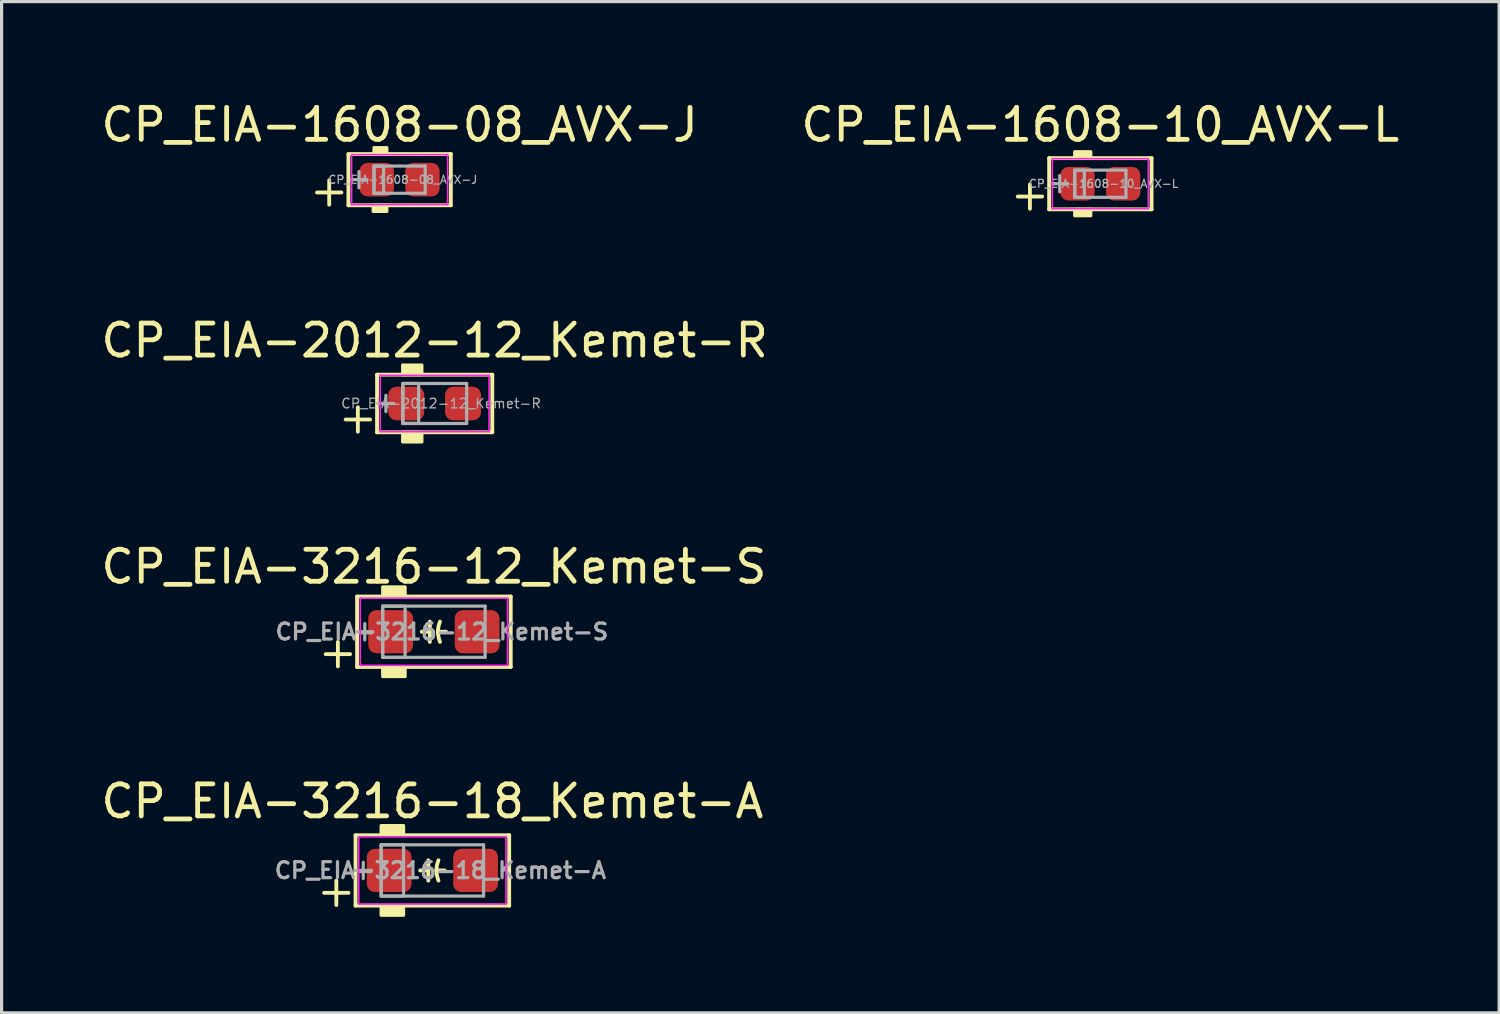
<source format=kicad_pcb>
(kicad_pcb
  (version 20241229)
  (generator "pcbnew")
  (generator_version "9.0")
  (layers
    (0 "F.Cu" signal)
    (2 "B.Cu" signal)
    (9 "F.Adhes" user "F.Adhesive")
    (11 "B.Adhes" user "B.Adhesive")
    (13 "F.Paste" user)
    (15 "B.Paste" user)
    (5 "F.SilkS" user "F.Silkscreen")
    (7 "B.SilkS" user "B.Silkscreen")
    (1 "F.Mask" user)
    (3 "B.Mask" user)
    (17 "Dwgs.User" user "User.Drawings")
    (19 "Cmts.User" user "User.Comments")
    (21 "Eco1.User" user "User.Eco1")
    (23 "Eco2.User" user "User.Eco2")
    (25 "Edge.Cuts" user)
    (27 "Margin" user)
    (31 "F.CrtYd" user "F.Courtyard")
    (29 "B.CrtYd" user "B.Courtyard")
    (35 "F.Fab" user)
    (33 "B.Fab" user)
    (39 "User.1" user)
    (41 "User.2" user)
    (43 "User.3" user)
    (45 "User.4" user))
  (footprint "CP_EIA-3216-12_Kemet-S"
    (layer "F.Cu")
    (at 10.506 16.687)
    (property "Reference" "CP_EIA-3216-12_Kemet-S" (at 0 -2.032 0) (layer "F.SilkS") (effects (font (size 1 1) (thickness 0.15))))
    (attr smd)
    (fp_line (start -3.381 0.7) (end -2.619 0.7) (stroke (width 0.12) (type solid)) (layer "F.SilkS"))
    (fp_line (start -3 0.319) (end -3 1.081) (stroke (width 0.12) (type solid)) (layer "F.SilkS"))
    (fp_line (start -2.4 -1.1) (end -2.4 1.1) (stroke (width 0.12) (type solid)) (layer "F.SilkS"))
    (fp_line (start -2.4 1.1) (end 2.4 1.1) (stroke (width 0.12) (type solid)) (layer "F.SilkS"))
    (fp_line (start -0.381 0) (end -0.127 0) (stroke (width 0.12) (type solid)) (layer "F.SilkS"))
    (fp_line (start -0.127 -0.318) (end -0.127 0.318) (stroke (width 0.12) (type solid)) (layer "F.SilkS"))
    (fp_line (start 0.381 0) (end 0.127 0) (stroke (width 0.12) (type solid)) (layer "F.SilkS"))
    (fp_line (start 2.4 -1.1) (end -2.4 -1.1) (stroke (width 0.12) (type solid)) (layer "F.SilkS"))
    (fp_line (start 2.4 1.1) (end 2.4 -1.1) (stroke (width 0.12) (type solid)) (layer "F.SilkS"))
    (fp_arc (start 0.127 0) (mid 0.143031 -0.161894) (end 0.1905 -0.3175) (stroke (width 0.12) (type solid)) (layer "F.SilkS"))
    (fp_arc (start 0.1905 0.3175) (mid 0.145241 0.161452) (end 0.127 0) (stroke (width 0.12) (type solid)) (layer "F.SilkS"))
    (fp_poly (pts (xy -0.9 -1.1) (xy -1.6 -1.1) (xy -1.6 -1.4) (xy -0.9 -1.4)) (stroke (width 0.1) (type solid)) (fill yes) (layer "F.SilkS"))
    (fp_poly (pts (xy -0.9 1.4) (xy -1.6 1.4) (xy -1.6 1.1) (xy -0.9 1.1)) (stroke (width 0.1) (type solid)) (fill yes) (layer "F.SilkS"))
    (fp_line (start -2.3 -1.05) (end 2.3 -1.05) (stroke (width 0.05) (type solid)) (layer "F.CrtYd"))
    (fp_line (start -2.3 1.05) (end -2.3 -1.05) (stroke (width 0.05) (type solid)) (layer "F.CrtYd"))
    (fp_line (start 2.3 -1.05) (end 2.3 1.05) (stroke (width 0.05) (type solid)) (layer "F.CrtYd"))
    (fp_line (start 2.3 1.05) (end -2.3 1.05) (stroke (width 0.05) (type solid)) (layer "F.CrtYd"))
    (fp_line (start -2.159 -0.254) (end -2.159 0.254) (stroke (width 0.1) (type solid)) (layer "F.Fab"))
    (fp_line (start -1.905 0) (end -2.413 0) (stroke (width 0.1) (type solid)) (layer "F.Fab"))
    (fp_line (start -1.6 -0.8) (end -1.6 0.8) (stroke (width 0.1) (type solid)) (layer "F.Fab"))
    (fp_line (start -1.6 0.8) (end 1.6 0.8) (stroke (width 0.1) (type solid)) (layer "F.Fab"))
    (fp_line (start 1.6 -0.8) (end -1.6 -0.8) (stroke (width 0.1) (type solid)) (layer "F.Fab"))
    (fp_line (start 1.6 0.8) (end 1.6 -0.8) (stroke (width 0.1) (type solid)) (layer "F.Fab"))
    (fp_rect (start -1.6 -0.8) (end -0.9 0.8) (stroke (width 0.1) (type solid)) (fill no) (layer "F.Fab"))
    (fp_text user "${REFERENCE}" (at 0.25 0 0) (layer "F.Fab") (effects (font (size 0.5 0.5) (thickness 0.1))))
    (pad "1" smd roundrect (at -1.35 0) (size 1.4 1.35) (layers "F.Cu" "F.Mask" "F.Paste") (roundrect_rratio 0.185))
    (pad "2" smd roundrect (at 1.35 0) (size 1.4 1.35) (layers "F.Cu" "F.Mask" "F.Paste") (roundrect_rratio 0.185)))
  (footprint "CP_EIA-1608-08_AVX-J"
    (layer "F.Cu")
    (at 9.435 2.563)
    (property "Reference" "CP_EIA-1608-08_AVX-J" (at 0 -1.714 0) (layer "F.SilkS") (effects (font (size 1 1) (thickness 0.15))))
    (attr smd)
    (fp_line (start -2.581 0.4) (end -1.819 0.4) (stroke (width 0.12) (type solid)) (layer "F.SilkS"))
    (fp_line (start -2.2 0.019) (end -2.2 0.781) (stroke (width 0.12) (type solid)) (layer "F.SilkS"))
    (fp_line (start -1.6 -0.8) (end 1.6 -0.8) (stroke (width 0.12) (type solid)) (layer "F.SilkS"))
    (fp_line (start -1.6 0.8) (end -1.6 -0.8) (stroke (width 0.12) (type solid)) (layer "F.SilkS"))
    (fp_line (start 1.6 -0.8) (end 1.6 0.8) (stroke (width 0.12) (type solid)) (layer "F.SilkS"))
    (fp_line (start 1.6 0.8) (end -1.6 0.8) (stroke (width 0.12) (type solid)) (layer "F.SilkS"))
    (fp_poly (pts (xy -0.4 -0.8) (xy -0.8 -0.8) (xy -0.8 -1) (xy -0.4 -1)) (stroke (width 0.1) (type solid)) (fill yes) (layer "F.SilkS"))
    (fp_poly (pts (xy -0.4 0.991) (xy -0.826 0.991) (xy -0.826 0.8) (xy -0.4 0.8)) (stroke (width 0.1) (type solid)) (fill yes) (layer "F.SilkS"))
    (fp_line (start -1.5 -0.78) (end 1.5 -0.78) (stroke (width 0.05) (type solid)) (layer "F.CrtYd"))
    (fp_line (start -1.5 0.78) (end -1.5 -0.78) (stroke (width 0.05) (type solid)) (layer "F.CrtYd"))
    (fp_line (start 1.5 -0.78) (end 1.5 0.78) (stroke (width 0.05) (type solid)) (layer "F.CrtYd"))
    (fp_line (start 1.5 0.78) (end -1.5 0.78) (stroke (width 0.05) (type solid)) (layer "F.CrtYd"))
    (fp_line (start -1.27 -0.254) (end -1.27 0.254) (stroke (width 0.1) (type solid)) (layer "F.Fab"))
    (fp_line (start -1.016 0) (end -1.524 0) (stroke (width 0.1) (type solid)) (layer "F.Fab"))
    (fp_line (start -0.8 -0.425) (end -0.8 0.425) (stroke (width 0.1) (type solid)) (layer "F.Fab"))
    (fp_line (start -0.8 0.425) (end 0.8 0.425) (stroke (width 0.1) (type solid)) (layer "F.Fab"))
    (fp_line (start 0.8 -0.425) (end -0.8 -0.425) (stroke (width 0.1) (type solid)) (layer "F.Fab"))
    (fp_line (start 0.8 0.425) (end 0.8 -0.425) (stroke (width 0.1) (type solid)) (layer "F.Fab"))
    (fp_rect (start -0.8 -0.425) (end -0.5 0.425) (stroke (width 0.1) (type solid)) (fill no) (layer "F.Fab"))
    (fp_text user "${REFERENCE}" (at 0.1 0 0) (layer "F.Fab") (effects (font (size 0.25 0.25) (thickness 0.04))))
    (pad "1" smd roundrect (at -0.713 0) (size 1.075 1.05) (layers "F.Cu" "F.Mask" "F.Paste") (roundrect_rratio 0.238))
    (pad "2" smd roundrect (at 0.713 0) (size 1.075 1.05) (layers "F.Cu" "F.Mask" "F.Paste") (roundrect_rratio 0.238)))
  (footprint "CP_EIA-2012-12_Kemet-R"
    (layer "F.Cu")
    (at 10.53 9.556)
    (property "Reference" "CP_EIA-2012-12_Kemet-R" (at 0 -1.968 0) (layer "F.SilkS") (effects (font (size 1 1) (thickness 0.15))))
    (attr smd)
    (fp_line (start -2.781 0.5) (end -2.019 0.5) (stroke (width 0.12) (type solid)) (layer "F.SilkS"))
    (fp_line (start -2.4 0.119) (end -2.4 0.881) (stroke (width 0.12) (type solid)) (layer "F.SilkS"))
    (fp_line (start -1.8 -0.9) (end 1.8 -0.9) (stroke (width 0.12) (type solid)) (layer "F.SilkS"))
    (fp_line (start -1.8 0.9) (end -1.8 -0.9) (stroke (width 0.12) (type solid)) (layer "F.SilkS"))
    (fp_line (start 1.8 -0.9) (end 1.8 0.9) (stroke (width 0.12) (type solid)) (layer "F.SilkS"))
    (fp_line (start 1.8 0.9) (end -1.8 0.9) (stroke (width 0.12) (type solid)) (layer "F.SilkS"))
    (fp_poly (pts (xy -0.4 -0.9) (xy -1 -0.9) (xy -1 -1.2) (xy -0.4 -1.2)) (stroke (width 0.1) (type solid)) (fill yes) (layer "F.SilkS"))
    (fp_poly (pts (xy -0.4 1.2) (xy -1 1.2) (xy -1 0.9) (xy -0.4 0.9)) (stroke (width 0.1) (type solid)) (fill yes) (layer "F.SilkS"))
    (fp_line (start -1.7 -0.88) (end 1.7 -0.88) (stroke (width 0.05) (type solid)) (layer "F.CrtYd"))
    (fp_line (start -1.7 0.88) (end -1.7 -0.88) (stroke (width 0.05) (type solid)) (layer "F.CrtYd"))
    (fp_line (start 1.7 -0.88) (end 1.7 0.88) (stroke (width 0.05) (type solid)) (layer "F.CrtYd"))
    (fp_line (start 1.7 0.88) (end -1.7 0.88) (stroke (width 0.05) (type solid)) (layer "F.CrtYd"))
    (fp_line (start -1.524 -0.254) (end -1.524 0.254) (stroke (width 0.1) (type solid)) (layer "F.Fab"))
    (fp_line (start -1.27 0) (end -1.778 0) (stroke (width 0.1) (type solid)) (layer "F.Fab"))
    (fp_line (start -1 -0.62) (end -1 0.625) (stroke (width 0.1) (type solid)) (layer "F.Fab"))
    (fp_line (start -1 0.625) (end 1 0.625) (stroke (width 0.1) (type solid)) (layer "F.Fab"))
    (fp_line (start 1 -0.625) (end -0.99 -0.625) (stroke (width 0.1) (type solid)) (layer "F.Fab"))
    (fp_line (start 1 0.625) (end 1 -0.625) (stroke (width 0.1) (type solid)) (layer "F.Fab"))
    (fp_rect (start -0.99 -0.625) (end -0.5 0.62) (stroke (width 0.1) (type solid)) (fill no) (layer "F.Fab"))
    (fp_text user "${REFERENCE}" (at 0.2 0 0) (layer "F.Fab") (effects (font (size 0.3 0.3) (thickness 0.04))))
    (pad "1" smd roundrect (at -0.887 0) (size 1.125 1.05) (layers "F.Cu" "F.Mask" "F.Paste") (roundrect_rratio 0.238))
    (pad "2" smd roundrect (at 0.887 0) (size 1.125 1.05) (layers "F.Cu" "F.Mask" "F.Paste") (roundrect_rratio 0.238)))
  (footprint "CP_EIA-3216-18_Kemet-A"
    (layer "F.Cu")
    (at 10.458 24.144)
    (property "Reference" "CP_EIA-3216-18_Kemet-A" (at 0 -2.159 0) (layer "F.SilkS") (effects (font (size 1 1) (thickness 0.15))))
    (attr smd)
    (fp_line (start -3.381 0.7) (end -2.619 0.7) (stroke (width 0.12) (type solid)) (layer "F.SilkS"))
    (fp_line (start -3 0.319) (end -3 1.081) (stroke (width 0.12) (type solid)) (layer "F.SilkS"))
    (fp_line (start -2.4 -1.1) (end 2.4 -1.1) (stroke (width 0.12) (type solid)) (layer "F.SilkS"))
    (fp_line (start -2.4 1.1) (end -2.4 -1.1) (stroke (width 0.12) (type solid)) (layer "F.SilkS"))
    (fp_line (start -0.381 0) (end -0.127 0) (stroke (width 0.12) (type solid)) (layer "F.SilkS"))
    (fp_line (start -0.127 -0.318) (end -0.127 0.318) (stroke (width 0.12) (type solid)) (layer "F.SilkS"))
    (fp_line (start 0.381 0) (end 0.127 0) (stroke (width 0.12) (type solid)) (layer "F.SilkS"))
    (fp_line (start 2.4 -1.1) (end 2.4 1.1) (stroke (width 0.12) (type solid)) (layer "F.SilkS"))
    (fp_line (start 2.4 1.1) (end -2.4 1.1) (stroke (width 0.12) (type solid)) (layer "F.SilkS"))
    (fp_arc (start 0.127 0) (mid 0.143031 -0.161894) (end 0.1905 -0.3175) (stroke (width 0.12) (type solid)) (layer "F.SilkS"))
    (fp_arc (start 0.1905 0.3175) (mid 0.145241 0.161452) (end 0.127 0) (stroke (width 0.12) (type solid)) (layer "F.SilkS"))
    (fp_poly (pts (xy -0.9 -1.1) (xy -1.6 -1.1) (xy -1.6 -1.4) (xy -0.9 -1.4)) (stroke (width 0.1) (type solid)) (fill yes) (layer "F.SilkS"))
    (fp_poly (pts (xy -0.9 1.4) (xy -1.6 1.4) (xy -1.6 1.1) (xy -0.9 1.1)) (stroke (width 0.1) (type solid)) (fill yes) (layer "F.SilkS"))
    (fp_line (start -2.3 -1.05) (end 2.3 -1.05) (stroke (width 0.05) (type solid)) (layer "F.CrtYd"))
    (fp_line (start -2.3 1.05) (end -2.3 -1.05) (stroke (width 0.05) (type solid)) (layer "F.CrtYd"))
    (fp_line (start 2.3 -1.05) (end 2.3 1.05) (stroke (width 0.05) (type solid)) (layer "F.CrtYd"))
    (fp_line (start 2.3 1.05) (end -2.3 1.05) (stroke (width 0.05) (type solid)) (layer "F.CrtYd"))
    (fp_line (start -2.159 -0.254) (end -2.159 0.254) (stroke (width 0.1) (type solid)) (layer "F.Fab"))
    (fp_line (start -1.905 0) (end -2.413 0) (stroke (width 0.1) (type solid)) (layer "F.Fab"))
    (fp_line (start -1.6 -0.8) (end -1.6 0.8) (stroke (width 0.1) (type solid)) (layer "F.Fab"))
    (fp_line (start -1.6 0.8) (end 1.6 0.8) (stroke (width 0.1) (type solid)) (layer "F.Fab"))
    (fp_line (start 1.6 -0.8) (end -1.6 -0.8) (stroke (width 0.1) (type solid)) (layer "F.Fab"))
    (fp_line (start 1.6 0.8) (end 1.6 -0.8) (stroke (width 0.1) (type solid)) (layer "F.Fab"))
    (fp_rect (start -1.6 -0.8) (end -0.9 0.8) (stroke (width 0.1) (type solid)) (fill no) (layer "F.Fab"))
    (fp_text user "${REFERENCE}" (at 0.25 0 0) (layer "F.Fab") (effects (font (size 0.5 0.5) (thickness 0.1))))
    (pad "1" smd roundrect (at -1.35 0) (size 1.4 1.35) (layers "F.Cu" "F.Mask" "F.Paste") (roundrect_rratio 0.185))
    (pad "2" smd roundrect (at 1.35 0) (size 1.4 1.35) (layers "F.Cu" "F.Mask" "F.Paste") (roundrect_rratio 0.185)))
  (footprint "CP_EIA-1608-10_AVX-L"
    (layer "F.Cu")
    (at 31.327 2.69)
    (property "Reference" "CP_EIA-1608-10_AVX-L" (at 0 -1.841 0) (layer "F.SilkS") (effects (font (size 1 1) (thickness 0.15))))
    (attr smd)
    (fp_line (start -2.581 0.4) (end -1.819 0.4) (stroke (width 0.12) (type solid)) (layer "F.SilkS"))
    (fp_line (start -2.2 0.019) (end -2.2 0.781) (stroke (width 0.12) (type solid)) (layer "F.SilkS"))
    (fp_line (start -1.6 -0.8) (end 1.6 -0.8) (stroke (width 0.12) (type solid)) (layer "F.SilkS"))
    (fp_line (start -1.6 0.8) (end -1.6 -0.8) (stroke (width 0.12) (type solid)) (layer "F.SilkS"))
    (fp_line (start 1.6 -0.8) (end 1.6 0.8) (stroke (width 0.12) (type solid)) (layer "F.SilkS"))
    (fp_line (start 1.6 0.8) (end -1.6 0.8) (stroke (width 0.12) (type solid)) (layer "F.SilkS"))
    (fp_poly (pts (xy -0.3 -0.8) (xy -0.8 -0.8) (xy -0.8 -1) (xy -0.3 -1)) (stroke (width 0.1) (type solid)) (fill yes) (layer "F.SilkS"))
    (fp_poly (pts (xy -0.3 1) (xy -0.8 1) (xy -0.8 0.8) (xy -0.3 0.8)) (stroke (width 0.1) (type solid)) (fill yes) (layer "F.SilkS"))
    (fp_line (start -1.5 -0.78) (end 1.5 -0.78) (stroke (width 0.05) (type solid)) (layer "F.CrtYd"))
    (fp_line (start -1.5 0.78) (end -1.5 -0.78) (stroke (width 0.05) (type solid)) (layer "F.CrtYd"))
    (fp_line (start 1.5 -0.78) (end 1.5 0.78) (stroke (width 0.05) (type solid)) (layer "F.CrtYd"))
    (fp_line (start 1.5 0.78) (end -1.5 0.78) (stroke (width 0.05) (type solid)) (layer "F.CrtYd"))
    (fp_line (start -1.27 -0.254) (end -1.27 0.254) (stroke (width 0.1) (type solid)) (layer "F.Fab"))
    (fp_line (start -1.016 0) (end -1.524 0) (stroke (width 0.1) (type solid)) (layer "F.Fab"))
    (fp_line (start -0.8 -0.425) (end -0.8 0.425) (stroke (width 0.1) (type solid)) (layer "F.Fab"))
    (fp_line (start -0.8 0.425) (end 0.8 0.425) (stroke (width 0.1) (type solid)) (layer "F.Fab"))
    (fp_line (start 0.8 -0.425) (end -0.8 -0.425) (stroke (width 0.1) (type solid)) (layer "F.Fab"))
    (fp_line (start 0.8 0.425) (end 0.8 -0.425) (stroke (width 0.1) (type solid)) (layer "F.Fab"))
    (fp_rect (start -0.8 -0.425) (end -0.5 0.425) (stroke (width 0.1) (type solid)) (fill no) (layer "F.Fab"))
    (fp_text user "${REFERENCE}" (at 0.1 0 0) (layer "F.Fab") (effects (font (size 0.25 0.25) (thickness 0.04))))
    (pad "1" smd roundrect (at -0.713 0) (size 1.075 1.05) (layers "F.Cu" "F.Mask" "F.Paste") (roundrect_rratio 0.238))
    (pad "2" smd roundrect (at 0.713 0) (size 1.075 1.05) (layers "F.Cu" "F.Mask" "F.Paste") (roundrect_rratio 0.238)))
  (gr_rect
    (start -3 -3)
    (end 43.786 28.594)
    (stroke (width 0.1) (type default))
    (fill no)
    (layer "Edge.Cuts")))
</source>
